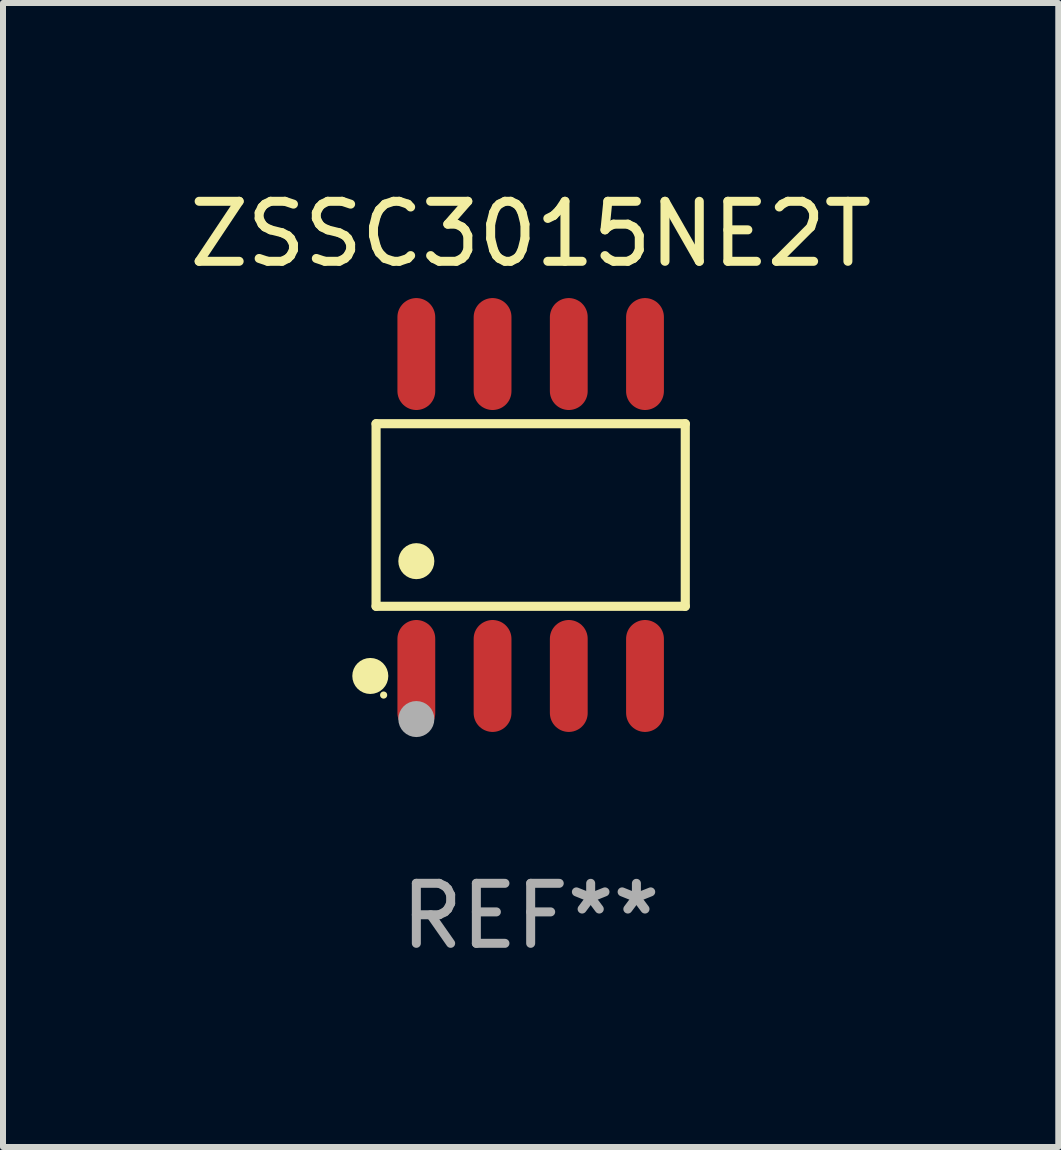
<source format=kicad_pcb>
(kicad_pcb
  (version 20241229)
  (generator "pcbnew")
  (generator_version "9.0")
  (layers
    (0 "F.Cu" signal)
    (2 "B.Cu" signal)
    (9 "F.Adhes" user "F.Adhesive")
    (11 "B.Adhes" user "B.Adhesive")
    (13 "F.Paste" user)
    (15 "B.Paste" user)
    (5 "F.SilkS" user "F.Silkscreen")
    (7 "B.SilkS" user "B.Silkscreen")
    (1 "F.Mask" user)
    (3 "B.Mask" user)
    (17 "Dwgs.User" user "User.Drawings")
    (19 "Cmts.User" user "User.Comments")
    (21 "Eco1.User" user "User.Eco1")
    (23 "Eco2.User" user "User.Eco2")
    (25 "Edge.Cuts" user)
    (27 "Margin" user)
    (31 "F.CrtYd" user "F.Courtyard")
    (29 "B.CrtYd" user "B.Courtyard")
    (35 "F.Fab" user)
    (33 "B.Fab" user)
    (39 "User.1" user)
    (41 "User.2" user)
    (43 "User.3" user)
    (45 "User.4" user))
  (footprint "ZSSC3015NE2T"
    (layer "F.Cu")
    (at 5.792 5.531)
    (property "Reference" "ZSSC3015NE2T" (at 0 -4.682 0) (layer "F.SilkS") (effects (font (size 1 1) (thickness 0.15))))
    (attr through_hole)
    (fp_line (start -2.576 -1.521) (end 2.576 -1.521) (stroke (width 0.152) (type solid)) (layer "F.SilkS"))
    (fp_line (start -2.576 1.521) (end -2.576 -1.521) (stroke (width 0.152) (type solid)) (layer "F.SilkS"))
    (fp_line (start 2.576 -1.521) (end 2.576 1.521) (stroke (width 0.152) (type solid)) (layer "F.SilkS"))
    (fp_line (start 2.576 1.521) (end -2.576 1.521) (stroke (width 0.152) (type solid)) (layer "F.SilkS"))
    (fp_circle (center -2.672 2.682) (end -2.522 2.682) (stroke (width 0.3) (type solid)) (fill no) (layer "F.SilkS"))
    (fp_circle (center -2.45 3) (end -2.42 3) (stroke (width 0.06) (type solid)) (fill no) (layer "F.SilkS"))
    (fp_circle (center -1.905 0.769) (end -1.755 0.769) (stroke (width 0.3) (type solid)) (fill no) (layer "F.SilkS"))
    (fp_circle (center -1.905 3.4) (end -1.755 3.4) (stroke (width 0.3) (type solid)) (fill no) (layer "F.Fab"))
    (fp_text user "REF**" (at 0 6.682 0) (layer "F.Fab") (effects (font (size 1 1) (thickness 0.15))))
    (pad "1" smd oval (at -1.905 2.682) (size 0.63 1.865) (layers "F.Cu" "F.Mask" "F.Paste"))
    (pad "2" smd oval (at -0.635 2.682) (size 0.63 1.865) (layers "F.Cu" "F.Mask" "F.Paste"))
    (pad "3" smd oval (at 0.635 2.682) (size 0.63 1.865) (layers "F.Cu" "F.Mask" "F.Paste"))
    (pad "4" smd oval (at 1.905 2.682) (size 0.63 1.865) (layers "F.Cu" "F.Mask" "F.Paste"))
    (pad "5" smd oval (at 1.905 -2.682) (size 0.63 1.865) (layers "F.Cu" "F.Mask" "F.Paste"))
    (pad "6" smd oval (at 0.635 -2.682) (size 0.63 1.865) (layers "F.Cu" "F.Mask" "F.Paste"))
    (pad "7" smd oval (at -0.635 -2.682) (size 0.63 1.865) (layers "F.Cu" "F.Mask" "F.Paste"))
    (pad "8" smd oval (at -1.905 -2.682) (size 0.63 1.865) (layers "F.Cu" "F.Mask" "F.Paste")))
  (gr_rect
    (start -3 -3)
    (end 14.583 16.061)
    (stroke (width 0.1) (type default))
    (fill no)
    (layer "Edge.Cuts")))
</source>
